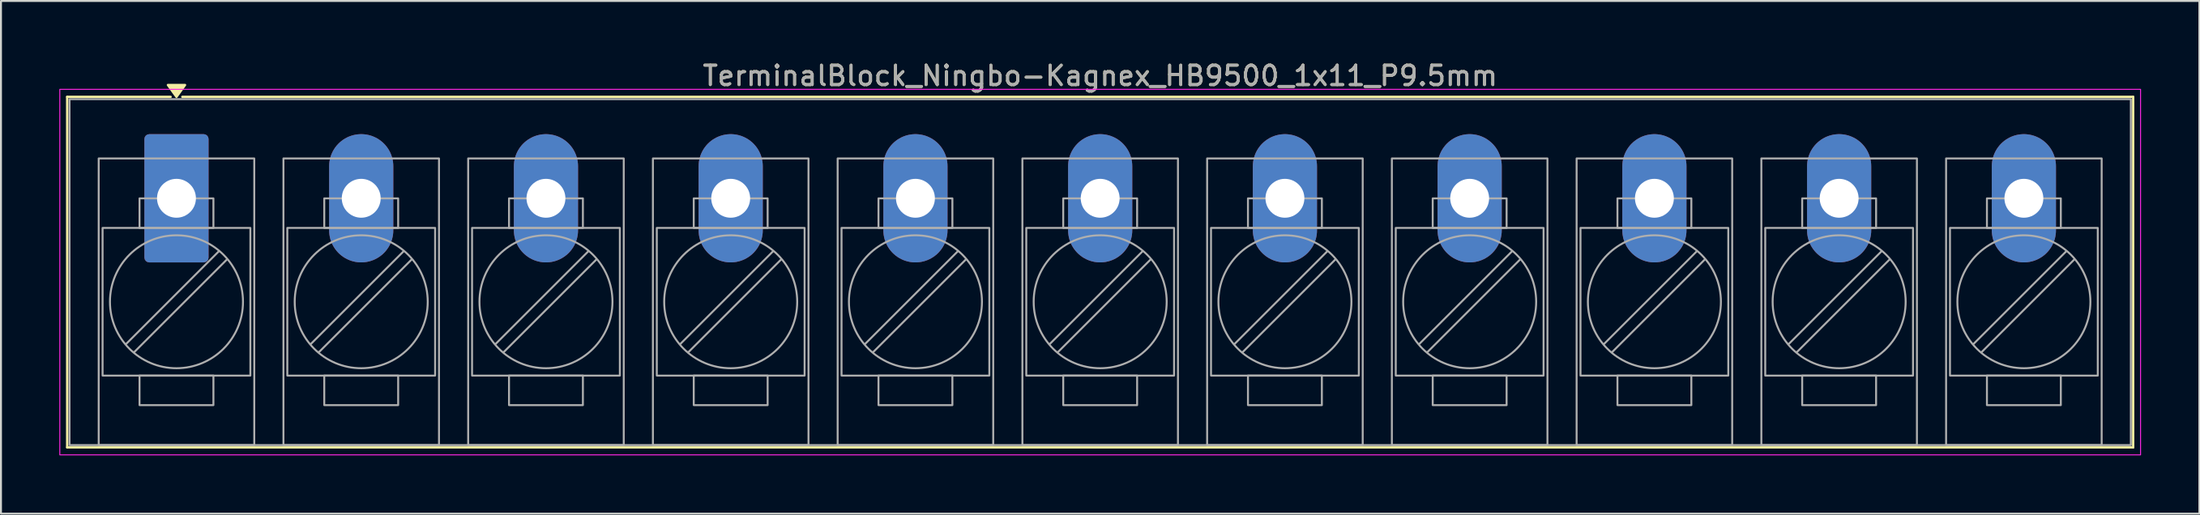
<source format=kicad_pcb>
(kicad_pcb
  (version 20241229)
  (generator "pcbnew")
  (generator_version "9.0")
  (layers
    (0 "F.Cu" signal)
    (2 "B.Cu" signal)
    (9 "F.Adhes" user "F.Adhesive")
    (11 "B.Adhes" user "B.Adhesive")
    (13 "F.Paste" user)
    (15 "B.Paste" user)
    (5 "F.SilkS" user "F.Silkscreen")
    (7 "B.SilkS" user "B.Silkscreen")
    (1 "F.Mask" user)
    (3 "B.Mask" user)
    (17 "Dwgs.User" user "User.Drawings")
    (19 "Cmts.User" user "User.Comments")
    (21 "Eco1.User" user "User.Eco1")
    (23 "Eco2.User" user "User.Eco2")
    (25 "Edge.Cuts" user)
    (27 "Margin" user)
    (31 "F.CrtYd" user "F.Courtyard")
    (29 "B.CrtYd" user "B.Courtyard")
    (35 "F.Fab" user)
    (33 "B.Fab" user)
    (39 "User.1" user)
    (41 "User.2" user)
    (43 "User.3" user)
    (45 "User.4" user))
  (footprint "TerminalBlock_Ningbo-Kagnex_HB9500_1x11_P9.5mm"
    (layer "F.Cu")
    (at 6.025 7.153)
    (property "Reference" "TerminalBlock_Ningbo-Kagnex_HB9500_1x11_P9.5mm" (at 47.5 -6.305 0) (layer "F.SilkS") (effects (font (size 1 1) (thickness 0.15))))
    (attr through_hole)
    (fp_line (start -5.62 -5.22) (end -0.3 -5.22) (stroke (width 0.12) (type solid)) (layer "F.SilkS"))
    (fp_line (start -5.62 12.82) (end -5.62 -5.22) (stroke (width 0.12) (type solid)) (layer "F.SilkS"))
    (fp_line (start 0.3 -5.22) (end 100.62 -5.22) (stroke (width 0.12) (type solid)) (layer "F.SilkS"))
    (fp_line (start 100.62 -5.22) (end 100.62 12.82) (stroke (width 0.12) (type solid)) (layer "F.SilkS"))
    (fp_line (start 100.62 12.82) (end -5.62 12.82) (stroke (width 0.12) (type solid)) (layer "F.SilkS"))
    (fp_poly (pts (xy 0 -5.22) (xy -0.44 -5.83) (xy 0.44 -5.83)) (stroke (width 0.12) (type solid)) (fill yes) (layer "F.SilkS"))
    (fp_rect (start -6 -5.605) (end 101 13.205) (stroke (width 0.05) (type solid)) (fill no) (layer "F.CrtYd"))
    (fp_line (start 2.176 2.731) (end -2.594 7.501) (stroke (width 0.1) (type solid)) (layer "F.Fab"))
    (fp_line (start 2.594 3.149) (end -2.176 7.919) (stroke (width 0.1) (type solid)) (layer "F.Fab"))
    (fp_line (start 11.676 2.731) (end 6.906 7.501) (stroke (width 0.1) (type solid)) (layer "F.Fab"))
    (fp_line (start 12.094 3.149) (end 7.324 7.919) (stroke (width 0.1) (type solid)) (layer "F.Fab"))
    (fp_line (start 21.176 2.731) (end 16.406 7.501) (stroke (width 0.1) (type solid)) (layer "F.Fab"))
    (fp_line (start 21.594 3.149) (end 16.824 7.919) (stroke (width 0.1) (type solid)) (layer "F.Fab"))
    (fp_line (start 30.676 2.731) (end 25.906 7.501) (stroke (width 0.1) (type solid)) (layer "F.Fab"))
    (fp_line (start 31.094 3.149) (end 26.324 7.919) (stroke (width 0.1) (type solid)) (layer "F.Fab"))
    (fp_line (start 40.176 2.731) (end 35.406 7.501) (stroke (width 0.1) (type solid)) (layer "F.Fab"))
    (fp_line (start 40.594 3.149) (end 35.824 7.919) (stroke (width 0.1) (type solid)) (layer "F.Fab"))
    (fp_line (start 49.676 2.731) (end 44.906 7.501) (stroke (width 0.1) (type solid)) (layer "F.Fab"))
    (fp_line (start 50.094 3.149) (end 45.324 7.919) (stroke (width 0.1) (type solid)) (layer "F.Fab"))
    (fp_line (start 59.176 2.731) (end 54.406 7.501) (stroke (width 0.1) (type solid)) (layer "F.Fab"))
    (fp_line (start 59.594 3.149) (end 54.824 7.919) (stroke (width 0.1) (type solid)) (layer "F.Fab"))
    (fp_line (start 68.676 2.731) (end 63.906 7.501) (stroke (width 0.1) (type solid)) (layer "F.Fab"))
    (fp_line (start 69.094 3.149) (end 64.324 7.919) (stroke (width 0.1) (type solid)) (layer "F.Fab"))
    (fp_line (start 78.176 2.731) (end 73.406 7.501) (stroke (width 0.1) (type solid)) (layer "F.Fab"))
    (fp_line (start 78.594 3.149) (end 73.824 7.919) (stroke (width 0.1) (type solid)) (layer "F.Fab"))
    (fp_line (start 87.676 2.731) (end 82.906 7.501) (stroke (width 0.1) (type solid)) (layer "F.Fab"))
    (fp_line (start 88.094 3.149) (end 83.324 7.919) (stroke (width 0.1) (type solid)) (layer "F.Fab"))
    (fp_line (start 97.176 2.731) (end 92.406 7.501) (stroke (width 0.1) (type solid)) (layer "F.Fab"))
    (fp_line (start 97.594 3.149) (end 92.824 7.919) (stroke (width 0.1) (type solid)) (layer "F.Fab"))
    (fp_rect (start -5.5 -5.1) (end 100.5 12.7) (stroke (width 0.1) (type solid)) (fill no) (layer "F.Fab"))
    (fp_rect (start -4 -2.05) (end 4 12.7) (stroke (width 0.1) (type solid)) (fill no) (layer "F.Fab"))
    (fp_rect (start -3.8 1.525) (end 3.8 9.125) (stroke (width 0.1) (type solid)) (fill no) (layer "F.Fab"))
    (fp_rect (start -1.9 0.005) (end 1.9 1.525) (stroke (width 0.1) (type solid)) (fill no) (layer "F.Fab"))
    (fp_rect (start -1.9 9.125) (end 1.9 10.645) (stroke (width 0.1) (type solid)) (fill no) (layer "F.Fab"))
    (fp_rect (start 5.5 -2.05) (end 13.5 12.7) (stroke (width 0.1) (type solid)) (fill no) (layer "F.Fab"))
    (fp_rect (start 5.7 1.525) (end 13.3 9.125) (stroke (width 0.1) (type solid)) (fill no) (layer "F.Fab"))
    (fp_rect (start 7.6 0.005) (end 11.4 1.525) (stroke (width 0.1) (type solid)) (fill no) (layer "F.Fab"))
    (fp_rect (start 7.6 9.125) (end 11.4 10.645) (stroke (width 0.1) (type solid)) (fill no) (layer "F.Fab"))
    (fp_rect (start 15 -2.05) (end 23 12.7) (stroke (width 0.1) (type solid)) (fill no) (layer "F.Fab"))
    (fp_rect (start 15.2 1.525) (end 22.8 9.125) (stroke (width 0.1) (type solid)) (fill no) (layer "F.Fab"))
    (fp_rect (start 17.1 0.005) (end 20.9 1.525) (stroke (width 0.1) (type solid)) (fill no) (layer "F.Fab"))
    (fp_rect (start 17.1 9.125) (end 20.9 10.645) (stroke (width 0.1) (type solid)) (fill no) (layer "F.Fab"))
    (fp_rect (start 24.5 -2.05) (end 32.5 12.7) (stroke (width 0.1) (type solid)) (fill no) (layer "F.Fab"))
    (fp_rect (start 24.7 1.525) (end 32.3 9.125) (stroke (width 0.1) (type solid)) (fill no) (layer "F.Fab"))
    (fp_rect (start 26.6 0.005) (end 30.4 1.525) (stroke (width 0.1) (type solid)) (fill no) (layer "F.Fab"))
    (fp_rect (start 26.6 9.125) (end 30.4 10.645) (stroke (width 0.1) (type solid)) (fill no) (layer "F.Fab"))
    (fp_rect (start 34 -2.05) (end 42 12.7) (stroke (width 0.1) (type solid)) (fill no) (layer "F.Fab"))
    (fp_rect (start 34.2 1.525) (end 41.8 9.125) (stroke (width 0.1) (type solid)) (fill no) (layer "F.Fab"))
    (fp_rect (start 36.1 0.005) (end 39.9 1.525) (stroke (width 0.1) (type solid)) (fill no) (layer "F.Fab"))
    (fp_rect (start 36.1 9.125) (end 39.9 10.645) (stroke (width 0.1) (type solid)) (fill no) (layer "F.Fab"))
    (fp_rect (start 43.5 -2.05) (end 51.5 12.7) (stroke (width 0.1) (type solid)) (fill no) (layer "F.Fab"))
    (fp_rect (start 43.7 1.525) (end 51.3 9.125) (stroke (width 0.1) (type solid)) (fill no) (layer "F.Fab"))
    (fp_rect (start 45.6 0.005) (end 49.4 1.525) (stroke (width 0.1) (type solid)) (fill no) (layer "F.Fab"))
    (fp_rect (start 45.6 9.125) (end 49.4 10.645) (stroke (width 0.1) (type solid)) (fill no) (layer "F.Fab"))
    (fp_rect (start 53 -2.05) (end 61 12.7) (stroke (width 0.1) (type solid)) (fill no) (layer "F.Fab"))
    (fp_rect (start 53.2 1.525) (end 60.8 9.125) (stroke (width 0.1) (type solid)) (fill no) (layer "F.Fab"))
    (fp_rect (start 55.1 0.005) (end 58.9 1.525) (stroke (width 0.1) (type solid)) (fill no) (layer "F.Fab"))
    (fp_rect (start 55.1 9.125) (end 58.9 10.645) (stroke (width 0.1) (type solid)) (fill no) (layer "F.Fab"))
    (fp_rect (start 62.5 -2.05) (end 70.5 12.7) (stroke (width 0.1) (type solid)) (fill no) (layer "F.Fab"))
    (fp_rect (start 62.7 1.525) (end 70.3 9.125) (stroke (width 0.1) (type solid)) (fill no) (layer "F.Fab"))
    (fp_rect (start 64.6 0.005) (end 68.4 1.525) (stroke (width 0.1) (type solid)) (fill no) (layer "F.Fab"))
    (fp_rect (start 64.6 9.125) (end 68.4 10.645) (stroke (width 0.1) (type solid)) (fill no) (layer "F.Fab"))
    (fp_rect (start 72 -2.05) (end 80 12.7) (stroke (width 0.1) (type solid)) (fill no) (layer "F.Fab"))
    (fp_rect (start 72.2 1.525) (end 79.8 9.125) (stroke (width 0.1) (type solid)) (fill no) (layer "F.Fab"))
    (fp_rect (start 74.1 0.005) (end 77.9 1.525) (stroke (width 0.1) (type solid)) (fill no) (layer "F.Fab"))
    (fp_rect (start 74.1 9.125) (end 77.9 10.645) (stroke (width 0.1) (type solid)) (fill no) (layer "F.Fab"))
    (fp_rect (start 81.5 -2.05) (end 89.5 12.7) (stroke (width 0.1) (type solid)) (fill no) (layer "F.Fab"))
    (fp_rect (start 81.7 1.525) (end 89.3 9.125) (stroke (width 0.1) (type solid)) (fill no) (layer "F.Fab"))
    (fp_rect (start 83.6 0.005) (end 87.4 1.525) (stroke (width 0.1) (type solid)) (fill no) (layer "F.Fab"))
    (fp_rect (start 83.6 9.125) (end 87.4 10.645) (stroke (width 0.1) (type solid)) (fill no) (layer "F.Fab"))
    (fp_rect (start 91 -2.05) (end 99 12.7) (stroke (width 0.1) (type solid)) (fill no) (layer "F.Fab"))
    (fp_rect (start 91.2 1.525) (end 98.8 9.125) (stroke (width 0.1) (type solid)) (fill no) (layer "F.Fab"))
    (fp_rect (start 93.1 0.005) (end 96.9 1.525) (stroke (width 0.1) (type solid)) (fill no) (layer "F.Fab"))
    (fp_rect (start 93.1 9.125) (end 96.9 10.645) (stroke (width 0.1) (type solid)) (fill no) (layer "F.Fab"))
    (fp_circle (center 0 5.325) (end 3.42 5.325) (stroke (width 0.1) (type solid)) (fill no) (layer "F.Fab"))
    (fp_circle (center 9.5 5.325) (end 12.92 5.325) (stroke (width 0.1) (type solid)) (fill no) (layer "F.Fab"))
    (fp_circle (center 19 5.325) (end 22.42 5.325) (stroke (width 0.1) (type solid)) (fill no) (layer "F.Fab"))
    (fp_circle (center 28.5 5.325) (end 31.92 5.325) (stroke (width 0.1) (type solid)) (fill no) (layer "F.Fab"))
    (fp_circle (center 38 5.325) (end 41.42 5.325) (stroke (width 0.1) (type solid)) (fill no) (layer "F.Fab"))
    (fp_circle (center 47.5 5.325) (end 50.92 5.325) (stroke (width 0.1) (type solid)) (fill no) (layer "F.Fab"))
    (fp_circle (center 57 5.325) (end 60.42 5.325) (stroke (width 0.1) (type solid)) (fill no) (layer "F.Fab"))
    (fp_circle (center 66.5 5.325) (end 69.92 5.325) (stroke (width 0.1) (type solid)) (fill no) (layer "F.Fab"))
    (fp_circle (center 76 5.325) (end 79.42 5.325) (stroke (width 0.1) (type solid)) (fill no) (layer "F.Fab"))
    (fp_circle (center 85.5 5.325) (end 88.92 5.325) (stroke (width 0.1) (type solid)) (fill no) (layer "F.Fab"))
    (fp_circle (center 95 5.325) (end 98.42 5.325) (stroke (width 0.1) (type solid)) (fill no) (layer "F.Fab"))
    (fp_text user "${REFERENCE}" (at 47.5 -6.305 0) (layer "F.Fab") (effects (font (size 1 1) (thickness 0.15))))
    (pad "1" thru_hole roundrect (at 0 0) (size 3.3 6.6) (drill 2) (layers "*.Cu" "*.Mask") (roundrect_rratio 0.076))
    (pad "2" thru_hole oval (at 9.5 0) (size 3.3 6.6) (drill 2) (layers "*.Cu" "*.Mask"))
    (pad "3" thru_hole oval (at 19 0) (size 3.3 6.6) (drill 2) (layers "*.Cu" "*.Mask"))
    (pad "4" thru_hole oval (at 28.5 0) (size 3.3 6.6) (drill 2) (layers "*.Cu" "*.Mask"))
    (pad "5" thru_hole oval (at 38 0) (size 3.3 6.6) (drill 2) (layers "*.Cu" "*.Mask"))
    (pad "6" thru_hole oval (at 47.5 0) (size 3.3 6.6) (drill 2) (layers "*.Cu" "*.Mask"))
    (pad "7" thru_hole oval (at 57 0) (size 3.3 6.6) (drill 2) (layers "*.Cu" "*.Mask"))
    (pad "8" thru_hole oval (at 66.5 0) (size 3.3 6.6) (drill 2) (layers "*.Cu" "*.Mask"))
    (pad "9" thru_hole oval (at 76 0) (size 3.3 6.6) (drill 2) (layers "*.Cu" "*.Mask"))
    (pad "10" thru_hole oval (at 85.5 0) (size 3.3 6.6) (drill 2) (layers "*.Cu" "*.Mask"))
    (pad "11" thru_hole oval (at 95 0) (size 3.3 6.6) (drill 2) (layers "*.Cu" "*.Mask")))
  (gr_rect
    (start -3 -3)
    (end 110.05 23.383)
    (stroke (width 0.1) (type default))
    (fill no)
    (layer "Edge.Cuts")))
</source>
